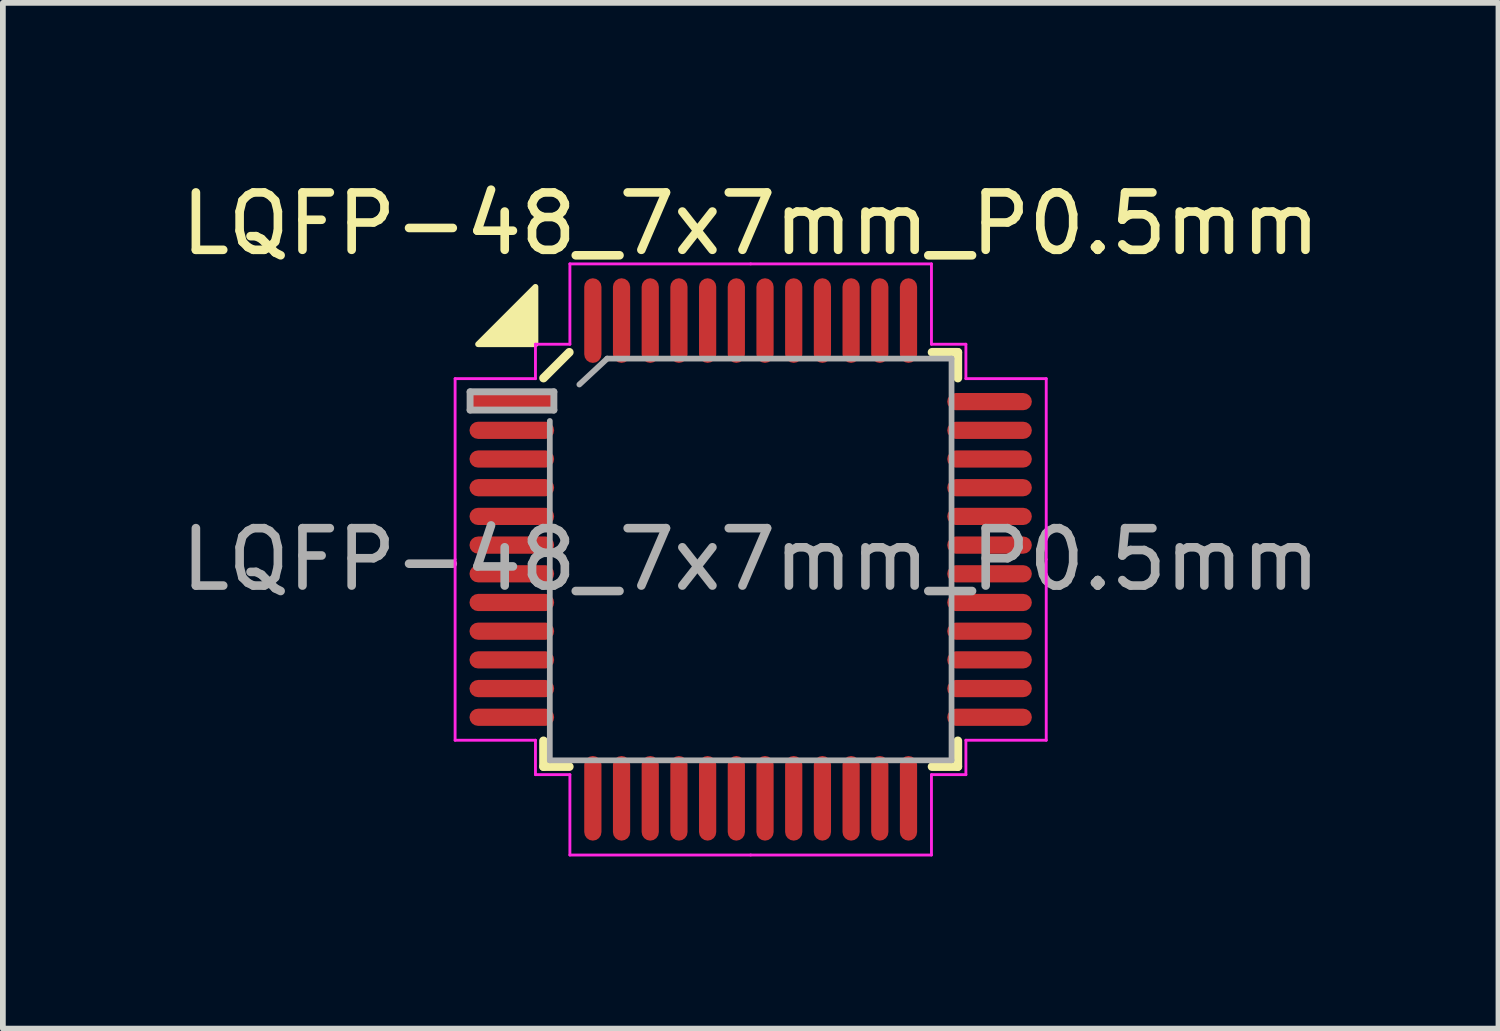
<source format=kicad_pcb>
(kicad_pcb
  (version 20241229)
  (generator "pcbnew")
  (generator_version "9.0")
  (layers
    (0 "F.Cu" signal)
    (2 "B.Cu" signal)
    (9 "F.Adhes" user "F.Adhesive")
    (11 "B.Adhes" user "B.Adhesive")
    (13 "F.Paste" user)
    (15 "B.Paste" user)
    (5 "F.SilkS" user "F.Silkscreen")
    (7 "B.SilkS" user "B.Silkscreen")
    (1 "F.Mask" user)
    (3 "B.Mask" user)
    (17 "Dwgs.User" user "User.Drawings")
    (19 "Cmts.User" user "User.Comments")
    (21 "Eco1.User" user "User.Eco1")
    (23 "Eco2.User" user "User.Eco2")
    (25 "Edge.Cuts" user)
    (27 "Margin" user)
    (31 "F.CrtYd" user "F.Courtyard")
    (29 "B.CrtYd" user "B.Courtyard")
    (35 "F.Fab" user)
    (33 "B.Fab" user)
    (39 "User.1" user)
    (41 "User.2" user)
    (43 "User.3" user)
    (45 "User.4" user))
  (footprint "LQFP-48_7x7mm_P0.5mm"
    (layer "F.Cu")
    (at 10.03 6.698)
    (property "Reference" "LQFP-48_7x7mm_P0.5mm" (at 0 -5.85 0) (layer "F.SilkS") (effects (font (size 1 1) (thickness 0.15))))
    (attr smd)
    (fp_line (start -3.61 -3.16) (end -3.16 -3.61) (stroke (width 0.15) (type solid)) (layer "F.SilkS"))
    (fp_line (start -3.61 3.61) (end -3.61 3.16) (stroke (width 0.15) (type solid)) (layer "F.SilkS"))
    (fp_line (start -3.16 3.61) (end -3.61 3.61) (stroke (width 0.15) (type solid)) (layer "F.SilkS"))
    (fp_line (start 3.16 -3.61) (end 3.61 -3.61) (stroke (width 0.15) (type solid)) (layer "F.SilkS"))
    (fp_line (start 3.16 3.61) (end 3.61 3.61) (stroke (width 0.15) (type solid)) (layer "F.SilkS"))
    (fp_line (start 3.61 -3.61) (end 3.61 -3.16) (stroke (width 0.15) (type solid)) (layer "F.SilkS"))
    (fp_line (start 3.61 3.61) (end 3.61 3.16) (stroke (width 0.15) (type solid)) (layer "F.SilkS"))
    (fp_poly (pts (xy -3.75 -3.75) (xy -3.75 -4.75) (xy -4.75 -3.75)) (stroke (width 0.1) (type solid)) (fill yes) (layer "F.SilkS"))
    (fp_line (start -5.15 -3.15) (end -5.15 0) (stroke (width 0.05) (type solid)) (layer "F.CrtYd"))
    (fp_line (start -5.15 3.15) (end -5.15 0) (stroke (width 0.05) (type solid)) (layer "F.CrtYd"))
    (fp_line (start -3.75 -3.75) (end -3.75 -3.15) (stroke (width 0.05) (type solid)) (layer "F.CrtYd"))
    (fp_line (start -3.75 -3.15) (end -5.15 -3.15) (stroke (width 0.05) (type solid)) (layer "F.CrtYd"))
    (fp_line (start -3.75 3.15) (end -5.15 3.15) (stroke (width 0.05) (type solid)) (layer "F.CrtYd"))
    (fp_line (start -3.75 3.75) (end -3.75 3.15) (stroke (width 0.05) (type solid)) (layer "F.CrtYd"))
    (fp_line (start -3.15 -5.15) (end -3.15 -3.75) (stroke (width 0.05) (type solid)) (layer "F.CrtYd"))
    (fp_line (start -3.15 -3.75) (end -3.75 -3.75) (stroke (width 0.05) (type solid)) (layer "F.CrtYd"))
    (fp_line (start -3.15 3.75) (end -3.75 3.75) (stroke (width 0.05) (type solid)) (layer "F.CrtYd"))
    (fp_line (start -3.15 5.15) (end -3.15 3.75) (stroke (width 0.05) (type solid)) (layer "F.CrtYd"))
    (fp_line (start 0 -5.15) (end -3.15 -5.15) (stroke (width 0.05) (type solid)) (layer "F.CrtYd"))
    (fp_line (start 0 -5.15) (end 3.15 -5.15) (stroke (width 0.05) (type solid)) (layer "F.CrtYd"))
    (fp_line (start 0 5.15) (end -3.15 5.15) (stroke (width 0.05) (type solid)) (layer "F.CrtYd"))
    (fp_line (start 0 5.15) (end 3.15 5.15) (stroke (width 0.05) (type solid)) (layer "F.CrtYd"))
    (fp_line (start 3.15 -5.15) (end 3.15 -3.75) (stroke (width 0.05) (type solid)) (layer "F.CrtYd"))
    (fp_line (start 3.15 -3.75) (end 3.75 -3.75) (stroke (width 0.05) (type solid)) (layer "F.CrtYd"))
    (fp_line (start 3.15 3.75) (end 3.75 3.75) (stroke (width 0.05) (type solid)) (layer "F.CrtYd"))
    (fp_line (start 3.15 5.15) (end 3.15 3.75) (stroke (width 0.05) (type solid)) (layer "F.CrtYd"))
    (fp_line (start 3.75 -3.75) (end 3.75 -3.15) (stroke (width 0.05) (type solid)) (layer "F.CrtYd"))
    (fp_line (start 3.75 -3.15) (end 5.15 -3.15) (stroke (width 0.05) (type solid)) (layer "F.CrtYd"))
    (fp_line (start 3.75 3.15) (end 5.15 3.15) (stroke (width 0.05) (type solid)) (layer "F.CrtYd"))
    (fp_line (start 3.75 3.75) (end 3.75 3.15) (stroke (width 0.05) (type solid)) (layer "F.CrtYd"))
    (fp_line (start 5.15 -3.15) (end 5.15 0) (stroke (width 0.05) (type solid)) (layer "F.CrtYd"))
    (fp_line (start 5.15 3.15) (end 5.15 0) (stroke (width 0.05) (type solid)) (layer "F.CrtYd"))
    (fp_line (start -4.889 -2.921) (end -4.889 -2.603) (stroke (width 0.12) (type solid)) (layer "F.Fab"))
    (fp_line (start -4.889 -2.603) (end -3.429 -2.603) (stroke (width 0.12) (type solid)) (layer "F.Fab"))
    (fp_line (start -3.5 3.5) (end -3.5 -2.413) (stroke (width 0.1) (type solid)) (layer "F.Fab"))
    (fp_line (start -3.429 -2.921) (end -4.889 -2.921) (stroke (width 0.12) (type solid)) (layer "F.Fab"))
    (fp_line (start -3.429 -2.603) (end -3.429 -2.921) (stroke (width 0.12) (type solid)) (layer "F.Fab"))
    (fp_line (start -2.985 -3.048) (end -2.5 -3.5) (stroke (width 0.1) (type solid)) (layer "F.Fab"))
    (fp_line (start -2.5 -3.5) (end 3.5 -3.5) (stroke (width 0.1) (type solid)) (layer "F.Fab"))
    (fp_line (start 3.5 -3.5) (end 3.5 3.5) (stroke (width 0.1) (type solid)) (layer "F.Fab"))
    (fp_line (start 3.5 3.5) (end -3.5 3.5) (stroke (width 0.1) (type solid)) (layer "F.Fab"))
    (fp_text user "${REFERENCE}" (at 0 0 0) (layer "F.Fab") (effects (font (size 1 1) (thickness 0.15))))
    (pad "1" smd rect (at -4.162 -2.75) (size 1.475 0.3) (layers "F.Cu" "F.Mask" "F.Paste"))
    (pad "2" smd roundrect (at -4.162 -2.25) (size 1.475 0.3) (layers "F.Cu" "F.Mask" "F.Paste") (roundrect_rratio 0.5))
    (pad "3" smd roundrect (at -4.162 -1.75) (size 1.475 0.3) (layers "F.Cu" "F.Mask" "F.Paste") (roundrect_rratio 0.5))
    (pad "4" smd roundrect (at -4.162 -1.25) (size 1.475 0.3) (layers "F.Cu" "F.Mask" "F.Paste") (roundrect_rratio 0.5))
    (pad "5" smd roundrect (at -4.162 -0.75) (size 1.475 0.3) (layers "F.Cu" "F.Mask" "F.Paste") (roundrect_rratio 0.5))
    (pad "6" smd roundrect (at -4.162 -0.25) (size 1.475 0.3) (layers "F.Cu" "F.Mask" "F.Paste") (roundrect_rratio 0.5))
    (pad "7" smd roundrect (at -4.162 0.25) (size 1.475 0.3) (layers "F.Cu" "F.Mask" "F.Paste") (roundrect_rratio 0.5))
    (pad "8" smd roundrect (at -4.162 0.75) (size 1.475 0.3) (layers "F.Cu" "F.Mask" "F.Paste") (roundrect_rratio 0.5))
    (pad "9" smd roundrect (at -4.162 1.25) (size 1.475 0.3) (layers "F.Cu" "F.Mask" "F.Paste") (roundrect_rratio 0.5))
    (pad "10" smd roundrect (at -4.162 1.75) (size 1.475 0.3) (layers "F.Cu" "F.Mask" "F.Paste") (roundrect_rratio 0.5))
    (pad "11" smd roundrect (at -4.162 2.25) (size 1.475 0.3) (layers "F.Cu" "F.Mask" "F.Paste") (roundrect_rratio 0.5))
    (pad "12" smd roundrect (at -4.162 2.75) (size 1.475 0.3) (layers "F.Cu" "F.Mask" "F.Paste") (roundrect_rratio 0.5))
    (pad "13" smd roundrect (at -2.75 4.162) (size 0.3 1.475) (layers "F.Cu" "F.Mask" "F.Paste") (roundrect_rratio 0.5))
    (pad "14" smd roundrect (at -2.25 4.162) (size 0.3 1.475) (layers "F.Cu" "F.Mask" "F.Paste") (roundrect_rratio 0.5))
    (pad "15" smd roundrect (at -1.75 4.162) (size 0.3 1.475) (layers "F.Cu" "F.Mask" "F.Paste") (roundrect_rratio 0.5))
    (pad "16" smd roundrect (at -1.25 4.162) (size 0.3 1.475) (layers "F.Cu" "F.Mask" "F.Paste") (roundrect_rratio 0.5))
    (pad "17" smd roundrect (at -0.75 4.162) (size 0.3 1.475) (layers "F.Cu" "F.Mask" "F.Paste") (roundrect_rratio 0.5))
    (pad "18" smd roundrect (at -0.25 4.162) (size 0.3 1.475) (layers "F.Cu" "F.Mask" "F.Paste") (roundrect_rratio 0.5))
    (pad "19" smd roundrect (at 0.25 4.162) (size 0.3 1.475) (layers "F.Cu" "F.Mask" "F.Paste") (roundrect_rratio 0.5))
    (pad "20" smd roundrect (at 0.75 4.162) (size 0.3 1.475) (layers "F.Cu" "F.Mask" "F.Paste") (roundrect_rratio 0.5))
    (pad "21" smd roundrect (at 1.25 4.162) (size 0.3 1.475) (layers "F.Cu" "F.Mask" "F.Paste") (roundrect_rratio 0.5))
    (pad "22" smd roundrect (at 1.75 4.162) (size 0.3 1.475) (layers "F.Cu" "F.Mask" "F.Paste") (roundrect_rratio 0.5))
    (pad "23" smd roundrect (at 2.25 4.162) (size 0.3 1.475) (layers "F.Cu" "F.Mask" "F.Paste") (roundrect_rratio 0.5))
    (pad "24" smd roundrect (at 2.75 4.162) (size 0.3 1.475) (layers "F.Cu" "F.Mask" "F.Paste") (roundrect_rratio 0.5))
    (pad "25" smd roundrect (at 4.162 2.75) (size 1.475 0.3) (layers "F.Cu" "F.Mask" "F.Paste") (roundrect_rratio 0.5))
    (pad "26" smd roundrect (at 4.162 2.25) (size 1.475 0.3) (layers "F.Cu" "F.Mask" "F.Paste") (roundrect_rratio 0.5))
    (pad "27" smd roundrect (at 4.162 1.75) (size 1.475 0.3) (layers "F.Cu" "F.Mask" "F.Paste") (roundrect_rratio 0.5))
    (pad "28" smd roundrect (at 4.162 1.25) (size 1.475 0.3) (layers "F.Cu" "F.Mask" "F.Paste") (roundrect_rratio 0.5))
    (pad "29" smd roundrect (at 4.162 0.75) (size 1.475 0.3) (layers "F.Cu" "F.Mask" "F.Paste") (roundrect_rratio 0.5))
    (pad "30" smd roundrect (at 4.162 0.25) (size 1.475 0.3) (layers "F.Cu" "F.Mask" "F.Paste") (roundrect_rratio 0.5))
    (pad "31" smd roundrect (at 4.162 -0.25) (size 1.475 0.3) (layers "F.Cu" "F.Mask" "F.Paste") (roundrect_rratio 0.5))
    (pad "32" smd roundrect (at 4.162 -0.75) (size 1.475 0.3) (layers "F.Cu" "F.Mask" "F.Paste") (roundrect_rratio 0.5))
    (pad "33" smd roundrect (at 4.162 -1.25) (size 1.475 0.3) (layers "F.Cu" "F.Mask" "F.Paste") (roundrect_rratio 0.5))
    (pad "34" smd roundrect (at 4.162 -1.75) (size 1.475 0.3) (layers "F.Cu" "F.Mask" "F.Paste") (roundrect_rratio 0.5))
    (pad "35" smd roundrect (at 4.162 -2.25) (size 1.475 0.3) (layers "F.Cu" "F.Mask" "F.Paste") (roundrect_rratio 0.5))
    (pad "36" smd roundrect (at 4.162 -2.75) (size 1.475 0.3) (layers "F.Cu" "F.Mask" "F.Paste") (roundrect_rratio 0.5))
    (pad "37" smd roundrect (at 2.75 -4.162) (size 0.3 1.475) (layers "F.Cu" "F.Mask" "F.Paste") (roundrect_rratio 0.5))
    (pad "38" smd roundrect (at 2.25 -4.162) (size 0.3 1.475) (layers "F.Cu" "F.Mask" "F.Paste") (roundrect_rratio 0.5))
    (pad "39" smd roundrect (at 1.75 -4.162) (size 0.3 1.475) (layers "F.Cu" "F.Mask" "F.Paste") (roundrect_rratio 0.5))
    (pad "40" smd roundrect (at 1.25 -4.162) (size 0.3 1.475) (layers "F.Cu" "F.Mask" "F.Paste") (roundrect_rratio 0.5))
    (pad "41" smd roundrect (at 0.75 -4.162) (size 0.3 1.475) (layers "F.Cu" "F.Mask" "F.Paste") (roundrect_rratio 0.5))
    (pad "42" smd roundrect (at 0.25 -4.162) (size 0.3 1.475) (layers "F.Cu" "F.Mask" "F.Paste") (roundrect_rratio 0.5))
    (pad "43" smd roundrect (at -0.25 -4.162) (size 0.3 1.475) (layers "F.Cu" "F.Mask" "F.Paste") (roundrect_rratio 0.5))
    (pad "44" smd roundrect (at -0.75 -4.162) (size 0.3 1.475) (layers "F.Cu" "F.Mask" "F.Paste") (roundrect_rratio 0.5))
    (pad "45" smd roundrect (at -1.25 -4.162) (size 0.3 1.475) (layers "F.Cu" "F.Mask" "F.Paste") (roundrect_rratio 0.5))
    (pad "46" smd roundrect (at -1.75 -4.162) (size 0.3 1.475) (layers "F.Cu" "F.Mask" "F.Paste") (roundrect_rratio 0.5))
    (pad "47" smd roundrect (at -2.25 -4.162) (size 0.3 1.475) (layers "F.Cu" "F.Mask" "F.Paste") (roundrect_rratio 0.5))
    (pad "48" smd roundrect (at -2.75 -4.162) (size 0.3 1.475) (layers "F.Cu" "F.Mask" "F.Paste") (roundrect_rratio 0.5)))
  (gr_rect
    (start -3 -3)
    (end 23.06 14.873)
    (stroke (width 0.1) (type default))
    (fill no)
    (layer "Edge.Cuts")))
</source>
